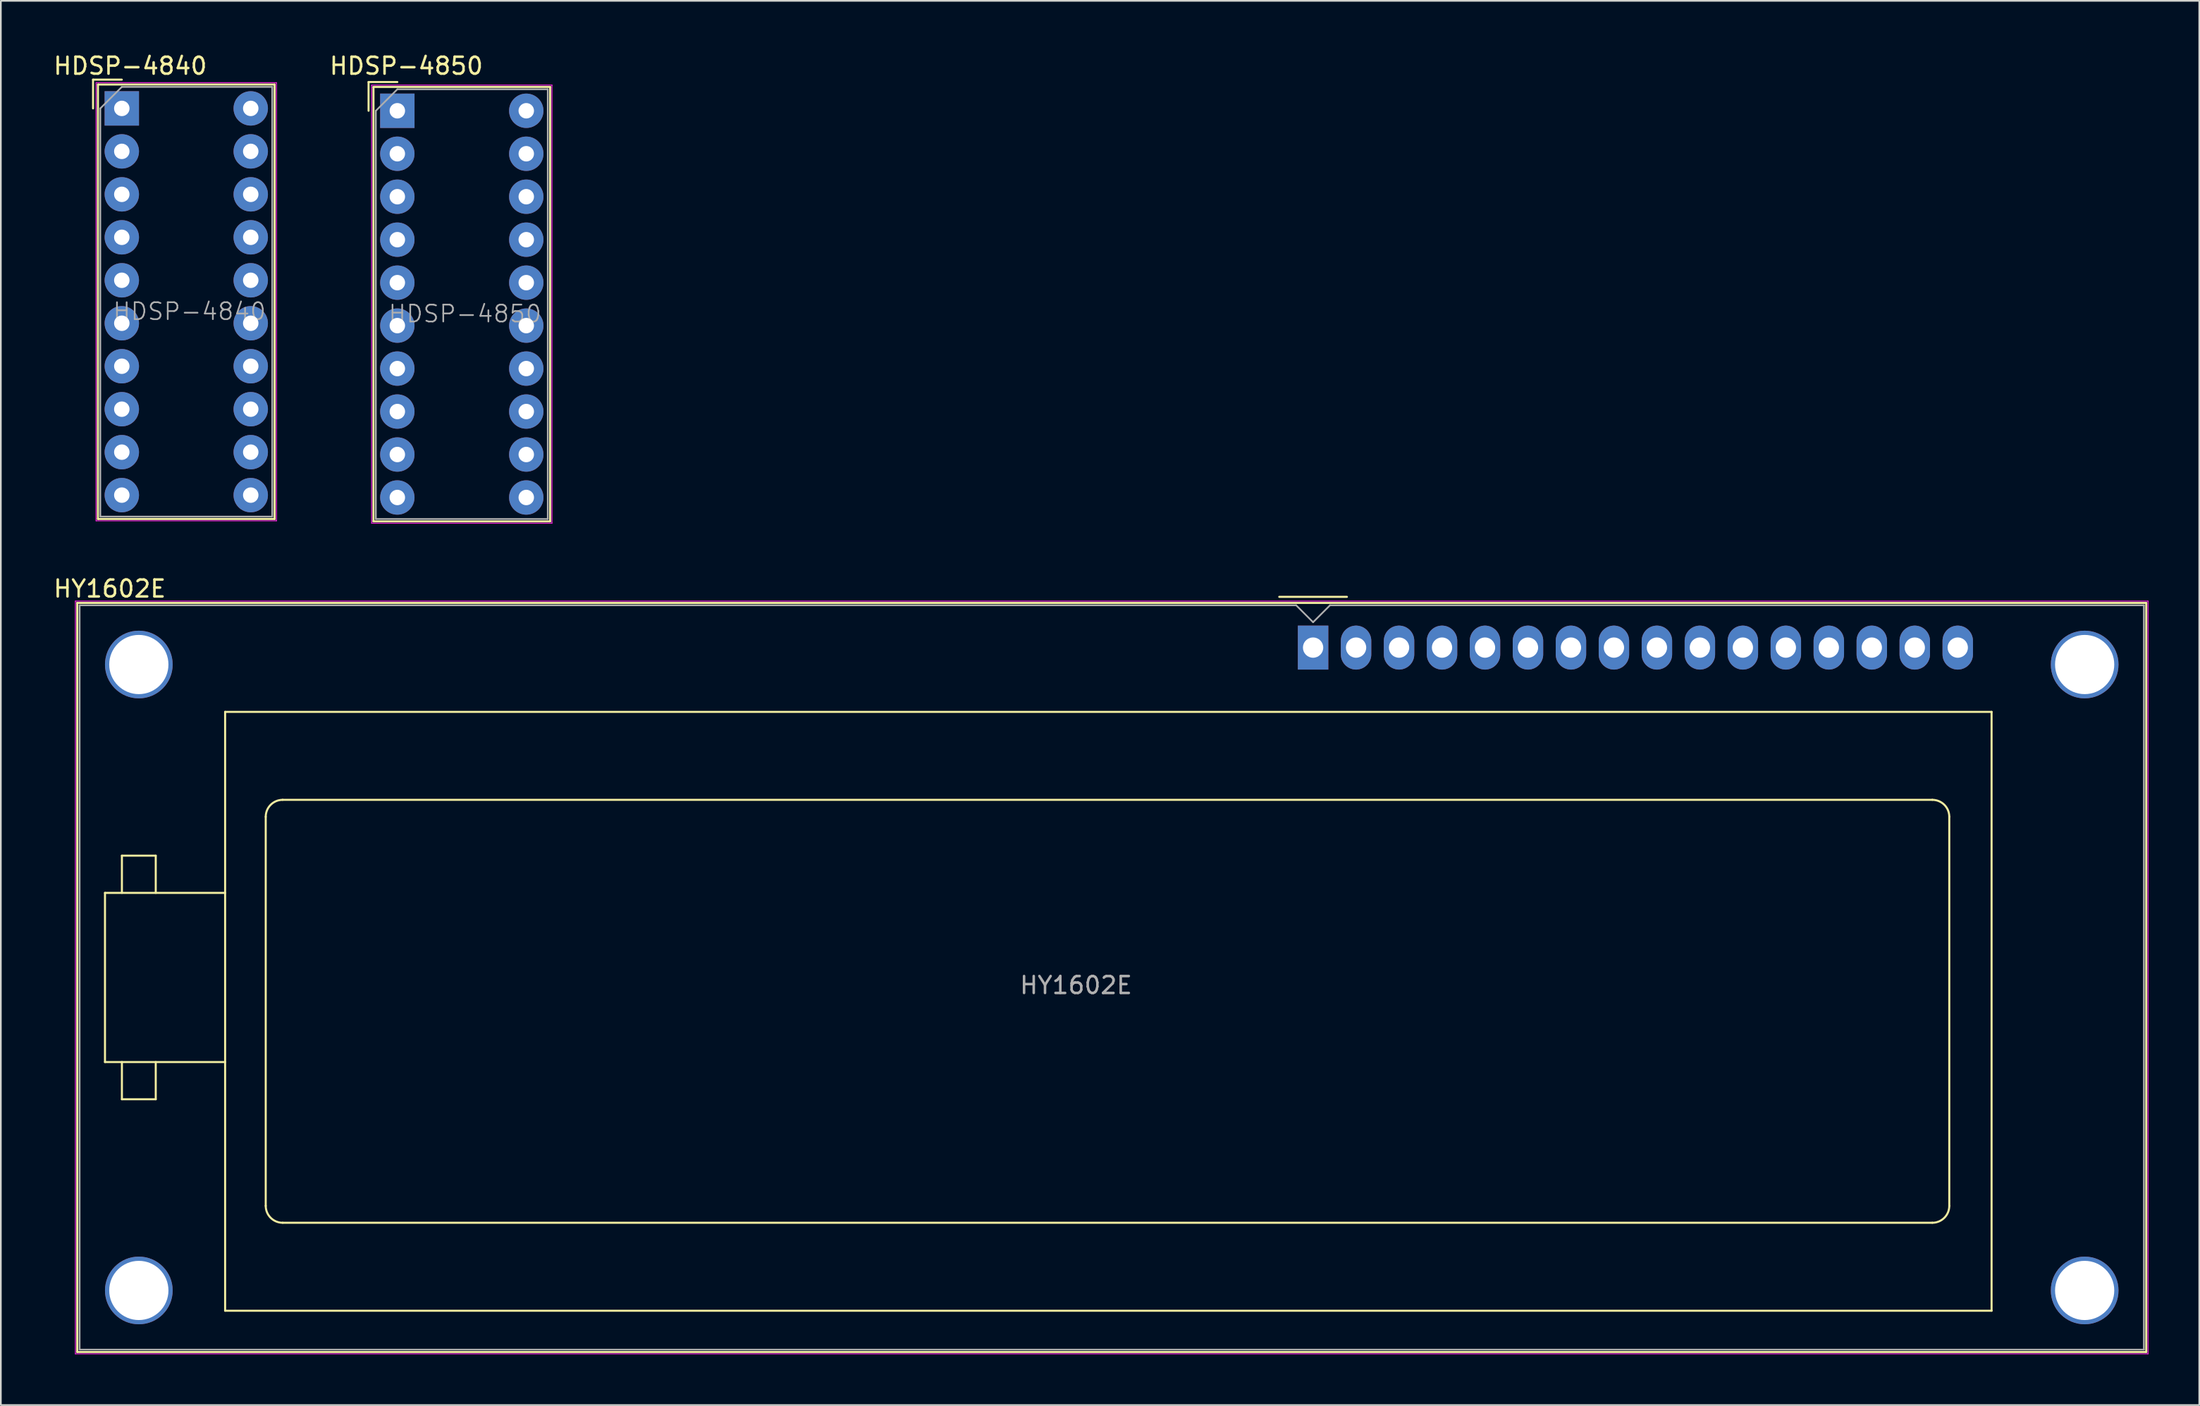
<source format=kicad_pcb>
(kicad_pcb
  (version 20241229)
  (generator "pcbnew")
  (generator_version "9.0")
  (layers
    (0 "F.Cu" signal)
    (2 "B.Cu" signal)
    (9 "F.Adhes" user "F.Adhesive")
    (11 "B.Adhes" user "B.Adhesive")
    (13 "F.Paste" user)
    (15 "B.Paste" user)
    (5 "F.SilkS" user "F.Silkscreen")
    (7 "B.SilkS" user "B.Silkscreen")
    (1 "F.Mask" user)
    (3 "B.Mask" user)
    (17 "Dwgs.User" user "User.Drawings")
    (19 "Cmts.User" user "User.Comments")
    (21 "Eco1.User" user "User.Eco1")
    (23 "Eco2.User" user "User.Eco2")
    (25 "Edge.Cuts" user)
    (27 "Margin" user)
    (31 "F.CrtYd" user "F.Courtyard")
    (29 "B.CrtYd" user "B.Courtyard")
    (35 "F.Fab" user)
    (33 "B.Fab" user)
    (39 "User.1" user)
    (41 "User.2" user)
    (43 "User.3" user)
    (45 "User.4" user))
  (footprint "HY1602E"
    (layer "F.Cu")
    (at 74.555 35.231)
    (property "Reference" "HY1602E" (at -71.12 -3.48 0) (layer "F.SilkS") (effects (font (size 1 1) (thickness 0.15))))
    (attr through_hole)
    (fp_line (start -73.04 -2.64) (end -73.04 41.64) (stroke (width 0.12) (type solid)) (layer "F.SilkS"))
    (fp_line (start -73.04 -2.64) (end 49.24 -2.64) (stroke (width 0.12) (type solid)) (layer "F.SilkS"))
    (fp_line (start -71.4 14.5) (end -64.3 14.5) (stroke (width 0.12) (type solid)) (layer "F.SilkS"))
    (fp_line (start -71.4 24.5) (end -71.4 14.5) (stroke (width 0.12) (type solid)) (layer "F.SilkS"))
    (fp_line (start -70.4 12.3) (end -70.4 14.5) (stroke (width 0.12) (type solid)) (layer "F.SilkS"))
    (fp_line (start -70.4 26.7) (end -70.4 24.5) (stroke (width 0.12) (type solid)) (layer "F.SilkS"))
    (fp_line (start -68.4 12.3) (end -70.4 12.3) (stroke (width 0.12) (type solid)) (layer "F.SilkS"))
    (fp_line (start -68.4 14.5) (end -68.4 12.3) (stroke (width 0.12) (type solid)) (layer "F.SilkS"))
    (fp_line (start -68.4 24.5) (end -68.4 26.7) (stroke (width 0.12) (type solid)) (layer "F.SilkS"))
    (fp_line (start -68.4 26.7) (end -70.4 26.7) (stroke (width 0.12) (type solid)) (layer "F.SilkS"))
    (fp_line (start -64.3 3.8) (end 40.1 3.8) (stroke (width 0.12) (type solid)) (layer "F.SilkS"))
    (fp_line (start -64.3 24.5) (end -71.4 24.5) (stroke (width 0.12) (type solid)) (layer "F.SilkS"))
    (fp_line (start -64.3 39.2) (end -64.3 3.8) (stroke (width 0.12) (type solid)) (layer "F.SilkS"))
    (fp_line (start -61.9 33) (end -61.9 10) (stroke (width 0.12) (type solid)) (layer "F.SilkS"))
    (fp_line (start -60.9 9) (end 36.6 9) (stroke (width 0.12) (type solid)) (layer "F.SilkS"))
    (fp_line (start -2 -3) (end 2 -3) (stroke (width 0.12) (type solid)) (layer "F.SilkS"))
    (fp_line (start 36.6 34) (end -60.9 34) (stroke (width 0.12) (type solid)) (layer "F.SilkS"))
    (fp_line (start 37.6 10) (end 37.6 33) (stroke (width 0.12) (type solid)) (layer "F.SilkS"))
    (fp_line (start 40.1 3.8) (end 40.1 39.2) (stroke (width 0.12) (type solid)) (layer "F.SilkS"))
    (fp_line (start 40.1 39.2) (end -64.3 39.2) (stroke (width 0.12) (type solid)) (layer "F.SilkS"))
    (fp_line (start 49.24 -2.64) (end 49.24 41.64) (stroke (width 0.12) (type solid)) (layer "F.SilkS"))
    (fp_line (start 49.24 41.64) (end -73.04 41.64) (stroke (width 0.12) (type solid)) (layer "F.SilkS"))
    (fp_arc (start -61.9 10) (mid -61.607107 9.292893) (end -60.9 9) (stroke (width 0.12) (type solid)) (layer "F.SilkS"))
    (fp_arc (start -60.9 34) (mid -61.607107 33.707107) (end -61.9 33) (stroke (width 0.12) (type solid)) (layer "F.SilkS"))
    (fp_arc (start 36.6 9) (mid 37.307107 9.292893) (end 37.6 10) (stroke (width 0.12) (type solid)) (layer "F.SilkS"))
    (fp_arc (start 37.6 33) (mid 37.307107 33.707107) (end 36.6 34) (stroke (width 0.12) (type solid)) (layer "F.SilkS"))
    (fp_line (start -73.15 -2.75) (end -73.15 41.75) (stroke (width 0.05) (type solid)) (layer "F.CrtYd"))
    (fp_line (start -73.15 -2.75) (end 49.35 -2.75) (stroke (width 0.05) (type solid)) (layer "F.CrtYd"))
    (fp_line (start -73.15 41.75) (end 49.35 41.75) (stroke (width 0.05) (type solid)) (layer "F.CrtYd"))
    (fp_line (start 49.35 -2.75) (end 49.35 41.75) (stroke (width 0.05) (type solid)) (layer "F.CrtYd"))
    (fp_line (start -72.9 -2.5) (end -72.9 41.5) (stroke (width 0.1) (type solid)) (layer "F.Fab"))
    (fp_line (start -72.9 41.5) (end 49.1 41.5) (stroke (width 0.1) (type solid)) (layer "F.Fab"))
    (fp_line (start -1 -2.5) (end -72.9 -2.5) (stroke (width 0.1) (type solid)) (layer "F.Fab"))
    (fp_line (start 0 -1.5) (end -1 -2.5) (stroke (width 0.1) (type solid)) (layer "F.Fab"))
    (fp_line (start 1 -2.5) (end 0 -1.5) (stroke (width 0.1) (type solid)) (layer "F.Fab"))
    (fp_line (start 49.1 -2.5) (end 1 -2.5) (stroke (width 0.1) (type solid)) (layer "F.Fab"))
    (fp_line (start 49.1 41.5) (end 49.1 -2.5) (stroke (width 0.1) (type solid)) (layer "F.Fab"))
    (fp_text user "${REFERENCE}" (at -14.01 19.96 0) (layer "F.Fab") (effects (font (size 1 1) (thickness 0.15))))
    (pad "" thru_hole circle (at -69.4 1.001 180) (size 4 4) (drill 3.5) (layers "*.Cu" "*.Mask"))
    (pad "" thru_hole circle (at -69.4 38.001 180) (size 4 4) (drill 3.5) (layers "*.Cu" "*.Mask"))
    (pad "" thru_hole circle (at 45.601 1.001 180) (size 4 4) (drill 3.5) (layers "*.Cu" "*.Mask"))
    (pad "" thru_hole circle (at 45.601 38.001 180) (size 4 4) (drill 3.5) (layers "*.Cu" "*.Mask"))
    (pad "1" thru_hole rect (at 0 0 180) (size 1.8 2.6) (drill 1.2) (layers "*.Cu" "*.Mask"))
    (pad "2" thru_hole oval (at 2.54 0 180) (size 1.8 2.6) (drill 1.2) (layers "*.Cu" "*.Mask"))
    (pad "3" thru_hole oval (at 5.08 0 180) (size 1.8 2.6) (drill 1.2) (layers "*.Cu" "*.Mask"))
    (pad "4" thru_hole oval (at 7.62 0 180) (size 1.8 2.6) (drill 1.2) (layers "*.Cu" "*.Mask"))
    (pad "5" thru_hole oval (at 10.16 0 180) (size 1.8 2.6) (drill 1.2) (layers "*.Cu" "*.Mask"))
    (pad "6" thru_hole oval (at 12.7 0 180) (size 1.8 2.6) (drill 1.2) (layers "*.Cu" "*.Mask"))
    (pad "7" thru_hole oval (at 15.24 0 180) (size 1.8 2.6) (drill 1.2) (layers "*.Cu" "*.Mask"))
    (pad "8" thru_hole oval (at 17.78 0 180) (size 1.8 2.6) (drill 1.2) (layers "*.Cu" "*.Mask"))
    (pad "9" thru_hole oval (at 20.32 0 180) (size 1.8 2.6) (drill 1.2) (layers "*.Cu" "*.Mask"))
    (pad "10" thru_hole oval (at 22.86 0 180) (size 1.8 2.6) (drill 1.2) (layers "*.Cu" "*.Mask"))
    (pad "11" thru_hole oval (at 25.4 0 180) (size 1.8 2.6) (drill 1.2) (layers "*.Cu" "*.Mask"))
    (pad "12" thru_hole oval (at 27.94 0 180) (size 1.8 2.6) (drill 1.2) (layers "*.Cu" "*.Mask"))
    (pad "13" thru_hole oval (at 30.48 0 180) (size 1.8 2.6) (drill 1.2) (layers "*.Cu" "*.Mask"))
    (pad "14" thru_hole oval (at 33.02 0 180) (size 1.8 2.6) (drill 1.2) (layers "*.Cu" "*.Mask"))
    (pad "15" thru_hole oval (at 35.56 0 180) (size 1.8 2.6) (drill 1.2) (layers "*.Cu" "*.Mask"))
    (pad "16" thru_hole oval (at 38.1 0 180) (size 1.8 2.6) (drill 1.2) (layers "*.Cu" "*.Mask")))
  (footprint "HDSP-4840"
    (layer "F.Cu")
    (at 4.149 3.358)
    (property "Reference" "HDSP-4840" (at 0.5 -2.51 0) (layer "F.SilkS") (effects (font (size 1 1) (thickness 0.15))))
    (attr through_hole)
    (fp_line (start -1.7 -1.7) (end -1.7 0) (stroke (width 0.12) (type solid)) (layer "F.SilkS"))
    (fp_line (start -1.41 -1.41) (end 9.03 -1.41) (stroke (width 0.12) (type solid)) (layer "F.SilkS"))
    (fp_line (start -1.41 24.27) (end -1.41 -1.41) (stroke (width 0.12) (type solid)) (layer "F.SilkS"))
    (fp_line (start 0 -1.7) (end -1.7 -1.7) (stroke (width 0.12) (type solid)) (layer "F.SilkS"))
    (fp_line (start 9.03 -1.41) (end 9.03 24.27) (stroke (width 0.12) (type solid)) (layer "F.SilkS"))
    (fp_line (start 9.03 24.27) (end -1.41 24.27) (stroke (width 0.12) (type solid)) (layer "F.SilkS"))
    (fp_line (start -1.52 -1.52) (end -1.52 24.38) (stroke (width 0.05) (type solid)) (layer "F.CrtYd"))
    (fp_line (start -1.52 -1.52) (end 9.14 -1.52) (stroke (width 0.05) (type solid)) (layer "F.CrtYd"))
    (fp_line (start -1.52 24.38) (end 9.14 24.38) (stroke (width 0.05) (type solid)) (layer "F.CrtYd"))
    (fp_line (start 9.14 24.38) (end 9.14 -1.52) (stroke (width 0.05) (type solid)) (layer "F.CrtYd"))
    (fp_line (start -1.27 0) (end -1.27 24.13) (stroke (width 0.1) (type solid)) (layer "F.Fab"))
    (fp_line (start -1.27 24.13) (end 8.89 24.13) (stroke (width 0.1) (type solid)) (layer "F.Fab"))
    (fp_line (start 0 -1.27) (end -1.27 0) (stroke (width 0.1) (type solid)) (layer "F.Fab"))
    (fp_line (start 0 -1.27) (end 8.89 -1.27) (stroke (width 0.1) (type solid)) (layer "F.Fab"))
    (fp_line (start 8.89 -1.27) (end 8.89 24.13) (stroke (width 0.1) (type solid)) (layer "F.Fab"))
    (fp_text user "${REFERENCE}" (at 4 12 0) (layer "F.Fab") (effects (font (size 1 1) (thickness 0.1))))
    (pad "1" thru_hole rect (at 0 0 270) (size 2.032 2.032) (drill 0.914) (layers "*.Cu" "*.Mask"))
    (pad "2" thru_hole circle (at 0 2.54 270) (size 2.032 2.032) (drill 0.914) (layers "*.Cu" "*.Mask"))
    (pad "3" thru_hole circle (at 0 5.08 270) (size 2.032 2.032) (drill 0.914) (layers "*.Cu" "*.Mask"))
    (pad "4" thru_hole circle (at 0 7.62 270) (size 2.032 2.032) (drill 0.914) (layers "*.Cu" "*.Mask"))
    (pad "5" thru_hole circle (at 0 10.16 270) (size 2.032 2.032) (drill 0.914) (layers "*.Cu" "*.Mask"))
    (pad "6" thru_hole circle (at 0 12.7 270) (size 2.032 2.032) (drill 0.914) (layers "*.Cu" "*.Mask"))
    (pad "7" thru_hole circle (at 0 15.24 270) (size 2.032 2.032) (drill 0.914) (layers "*.Cu" "*.Mask"))
    (pad "8" thru_hole circle (at 0 17.78 270) (size 2.032 2.032) (drill 0.914) (layers "*.Cu" "*.Mask"))
    (pad "9" thru_hole circle (at 0 20.32 270) (size 2.032 2.032) (drill 0.914) (layers "*.Cu" "*.Mask"))
    (pad "10" thru_hole circle (at 0 22.86 270) (size 2.032 2.032) (drill 0.914) (layers "*.Cu" "*.Mask"))
    (pad "11" thru_hole circle (at 7.62 22.86 270) (size 2.032 2.032) (drill 0.914) (layers "*.Cu" "*.Mask"))
    (pad "12" thru_hole circle (at 7.62 20.32 270) (size 2.032 2.032) (drill 0.914) (layers "*.Cu" "*.Mask"))
    (pad "13" thru_hole circle (at 7.62 17.78 270) (size 2.032 2.032) (drill 0.914) (layers "*.Cu" "*.Mask"))
    (pad "14" thru_hole circle (at 7.62 15.24 270) (size 2.032 2.032) (drill 0.914) (layers "*.Cu" "*.Mask"))
    (pad "15" thru_hole circle (at 7.62 12.7 270) (size 2.032 2.032) (drill 0.914) (layers "*.Cu" "*.Mask"))
    (pad "16" thru_hole circle (at 7.62 10.16 270) (size 2.032 2.032) (drill 0.914) (layers "*.Cu" "*.Mask"))
    (pad "17" thru_hole circle (at 7.62 7.62 270) (size 2.032 2.032) (drill 0.914) (layers "*.Cu" "*.Mask"))
    (pad "18" thru_hole circle (at 7.62 5.08 270) (size 2.032 2.032) (drill 0.914) (layers "*.Cu" "*.Mask"))
    (pad "19" thru_hole circle (at 7.62 2.54 270) (size 2.032 2.032) (drill 0.914) (layers "*.Cu" "*.Mask"))
    (pad "20" thru_hole circle (at 7.62 0 270) (size 2.032 2.032) (drill 0.914) (layers "*.Cu" "*.Mask")))
  (footprint "HDSP-4850"
    (layer "F.Cu")
    (at 20.433 3.498)
    (property "Reference" "HDSP-4850" (at 0.53 -2.65 0) (layer "F.SilkS") (effects (font (size 1 1) (thickness 0.15))))
    (attr through_hole)
    (fp_line (start -1.7 -1.7) (end -1.7 0) (stroke (width 0.12) (type solid)) (layer "F.SilkS"))
    (fp_line (start -1.41 -1.41) (end 9.03 -1.41) (stroke (width 0.12) (type solid)) (layer "F.SilkS"))
    (fp_line (start -1.41 24.27) (end -1.41 -1.41) (stroke (width 0.12) (type solid)) (layer "F.SilkS"))
    (fp_line (start 0 -1.7) (end -1.7 -1.7) (stroke (width 0.12) (type solid)) (layer "F.SilkS"))
    (fp_line (start 9.03 -1.41) (end 9.03 24.27) (stroke (width 0.12) (type solid)) (layer "F.SilkS"))
    (fp_line (start 9.03 24.27) (end -1.41 24.27) (stroke (width 0.12) (type solid)) (layer "F.SilkS"))
    (fp_line (start -1.52 -1.52) (end -1.52 24.38) (stroke (width 0.05) (type solid)) (layer "F.CrtYd"))
    (fp_line (start -1.52 -1.52) (end 9.14 -1.52) (stroke (width 0.05) (type solid)) (layer "F.CrtYd"))
    (fp_line (start -1.52 24.38) (end 9.14 24.38) (stroke (width 0.05) (type solid)) (layer "F.CrtYd"))
    (fp_line (start 9.14 24.38) (end 9.14 -1.52) (stroke (width 0.05) (type solid)) (layer "F.CrtYd"))
    (fp_line (start -1.27 0) (end -1.27 24.13) (stroke (width 0.1) (type solid)) (layer "F.Fab"))
    (fp_line (start -1.27 24.13) (end 8.89 24.13) (stroke (width 0.1) (type solid)) (layer "F.Fab"))
    (fp_line (start 0 -1.27) (end -1.27 0) (stroke (width 0.1) (type solid)) (layer "F.Fab"))
    (fp_line (start 0 -1.27) (end 8.89 -1.27) (stroke (width 0.1) (type solid)) (layer "F.Fab"))
    (fp_line (start 8.89 -1.27) (end 8.89 24.13) (stroke (width 0.1) (type solid)) (layer "F.Fab"))
    (fp_text user "${REFERENCE}" (at 4 12 0) (layer "F.Fab") (effects (font (size 1 1) (thickness 0.1))))
    (pad "1" thru_hole rect (at 0 0 270) (size 2.032 2.032) (drill 0.914) (layers "*.Cu" "*.Mask"))
    (pad "2" thru_hole circle (at 0 2.54 270) (size 2.032 2.032) (drill 0.914) (layers "*.Cu" "*.Mask"))
    (pad "3" thru_hole circle (at 0 5.08 270) (size 2.032 2.032) (drill 0.914) (layers "*.Cu" "*.Mask"))
    (pad "4" thru_hole circle (at 0 7.62 270) (size 2.032 2.032) (drill 0.914) (layers "*.Cu" "*.Mask"))
    (pad "5" thru_hole circle (at 0 10.16 270) (size 2.032 2.032) (drill 0.914) (layers "*.Cu" "*.Mask"))
    (pad "6" thru_hole circle (at 0 12.7 270) (size 2.032 2.032) (drill 0.914) (layers "*.Cu" "*.Mask"))
    (pad "7" thru_hole circle (at 0 15.24 270) (size 2.032 2.032) (drill 0.914) (layers "*.Cu" "*.Mask"))
    (pad "8" thru_hole circle (at 0 17.78 270) (size 2.032 2.032) (drill 0.914) (layers "*.Cu" "*.Mask"))
    (pad "9" thru_hole circle (at 0 20.32 270) (size 2.032 2.032) (drill 0.914) (layers "*.Cu" "*.Mask"))
    (pad "10" thru_hole circle (at 0 22.86 270) (size 2.032 2.032) (drill 0.914) (layers "*.Cu" "*.Mask"))
    (pad "11" thru_hole circle (at 7.62 22.86 270) (size 2.032 2.032) (drill 0.914) (layers "*.Cu" "*.Mask"))
    (pad "12" thru_hole circle (at 7.62 20.32 270) (size 2.032 2.032) (drill 0.914) (layers "*.Cu" "*.Mask"))
    (pad "13" thru_hole circle (at 7.62 17.78 270) (size 2.032 2.032) (drill 0.914) (layers "*.Cu" "*.Mask"))
    (pad "14" thru_hole circle (at 7.62 15.24 270) (size 2.032 2.032) (drill 0.914) (layers "*.Cu" "*.Mask"))
    (pad "15" thru_hole circle (at 7.62 12.7 270) (size 2.032 2.032) (drill 0.914) (layers "*.Cu" "*.Mask"))
    (pad "16" thru_hole circle (at 7.62 10.16 270) (size 2.032 2.032) (drill 0.914) (layers "*.Cu" "*.Mask"))
    (pad "17" thru_hole circle (at 7.62 7.62 270) (size 2.032 2.032) (drill 0.914) (layers "*.Cu" "*.Mask"))
    (pad "18" thru_hole circle (at 7.62 5.08 270) (size 2.032 2.032) (drill 0.914) (layers "*.Cu" "*.Mask"))
    (pad "19" thru_hole circle (at 7.62 2.54 270) (size 2.032 2.032) (drill 0.914) (layers "*.Cu" "*.Mask"))
    (pad "20" thru_hole circle (at 7.62 0 270) (size 2.032 2.032) (drill 0.914) (layers "*.Cu" "*.Mask")))
  (gr_rect
    (start -3 -3)
    (end 126.93 80.007)
    (stroke (width 0.1) (type default))
    (fill no)
    (layer "Edge.Cuts")))
</source>
